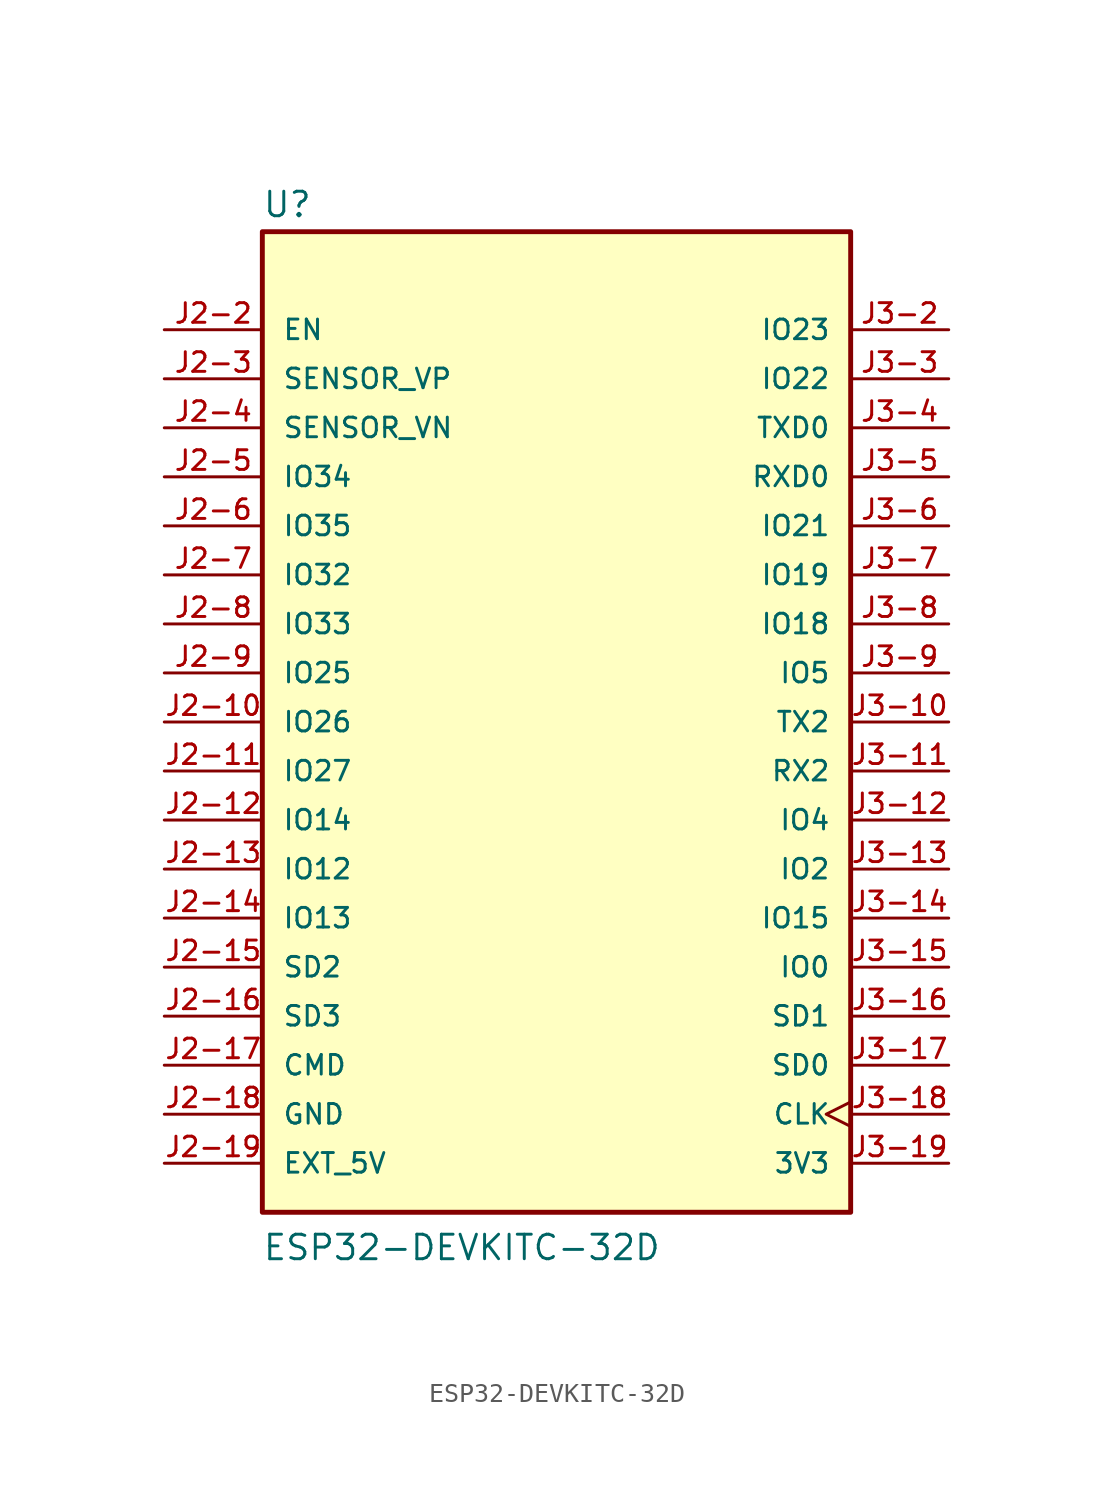
<source format=kicad_sym>
(kicad_symbol_lib
  (version 20211014)
  (generator kicad_symbol_editor)
  (symbol "ESP32-DEVKITC-32D"
    (pin_names
      (offset 1.016))
    (property "Reference" "U"
      (at -15.257 26.064 0)
      (effects (font (size 1.27 1.27)) (justify left bottom)))
    (property "Value" "ESP32-DEVKITC-32D"
      (at -15.256 -27.97 0)
      (effects (font (size 1.27 1.27)) (justify left bottom)))
    (symbol "ESP32-DEVKITC-32D_0_0"
      (rectangle (start -15.24 -25.4) (end 15.24 25.4) (stroke (width 0.254) (type default) (color 0 0 0 0)) (fill (type background)))
      (pin bidirectional line (at -20.32 0 0) (length 5.08) (name "IO26" (effects (font (size 1.016 1.016)))) (number "J2-10" (effects (font (size 1.016 1.016)))))
      (pin bidirectional line (at -20.32 -2.54 0) (length 5.08) (name "IO27" (effects (font (size 1.016 1.016)))) (number "J2-11" (effects (font (size 1.016 1.016)))))
      (pin bidirectional line (at -20.32 -5.08 0) (length 5.08) (name "IO14" (effects (font (size 1.016 1.016)))) (number "J2-12" (effects (font (size 1.016 1.016)))))
      (pin bidirectional line (at -20.32 -7.62 0) (length 5.08) (name "IO12" (effects (font (size 1.016 1.016)))) (number "J2-13" (effects (font (size 1.016 1.016)))))
      (pin bidirectional line (at -20.32 -10.16 0) (length 5.08) (name "IO13" (effects (font (size 1.016 1.016)))) (number "J2-14" (effects (font (size 1.016 1.016)))))
      (pin bidirectional line (at -20.32 -12.7 0) (length 5.08) (name "SD2" (effects (font (size 1.016 1.016)))) (number "J2-15" (effects (font (size 1.016 1.016)))))
      (pin bidirectional line (at -20.32 -15.24 0) (length 5.08) (name "SD3" (effects (font (size 1.016 1.016)))) (number "J2-16" (effects (font (size 1.016 1.016)))))
      (pin bidirectional line (at -20.32 -17.78 0) (length 5.08) (name "CMD" (effects (font (size 1.016 1.016)))) (number "J2-17" (effects (font (size 1.016 1.016)))))
      (pin power_in line (at -20.32 -20.32 0) (length 5.08) (name "GND" (effects (font (size 1.016 1.016)))) (number "J2-18" (effects (font (size 1.016 1.016)))))
      (pin power_in line (at -20.32 -22.86 0) (length 5.08) (name "EXT_5V" (effects (font (size 1.016 1.016)))) (number "J2-19" (effects (font (size 1.016 1.016)))))
      (pin input line (at -20.32 20.32 0) (length 5.08) (name "EN" (effects (font (size 1.016 1.016)))) (number "J2-2" (effects (font (size 1.016 1.016)))))
      (pin input line (at -20.32 17.78 0) (length 5.08) (name "SENSOR_VP" (effects (font (size 1.016 1.016)))) (number "J2-3" (effects (font (size 1.016 1.016)))))
      (pin input line (at -20.32 15.24 0) (length 5.08) (name "SENSOR_VN" (effects (font (size 1.016 1.016)))) (number "J2-4" (effects (font (size 1.016 1.016)))))
      (pin bidirectional line (at -20.32 12.7 0) (length 5.08) (name "IO34" (effects (font (size 1.016 1.016)))) (number "J2-5" (effects (font (size 1.016 1.016)))))
      (pin bidirectional line (at -20.32 10.16 0) (length 5.08) (name "IO35" (effects (font (size 1.016 1.016)))) (number "J2-6" (effects (font (size 1.016 1.016)))))
      (pin bidirectional line (at -20.32 7.62 0) (length 5.08) (name "IO32" (effects (font (size 1.016 1.016)))) (number "J2-7" (effects (font (size 1.016 1.016)))))
      (pin bidirectional line (at -20.32 5.08 0) (length 5.08) (name "IO33" (effects (font (size 1.016 1.016)))) (number "J2-8" (effects (font (size 1.016 1.016)))))
      (pin bidirectional line (at -20.32 2.54 0) (length 5.08) (name "IO25" (effects (font (size 1.016 1.016)))) (number "J2-9" (effects (font (size 1.016 1.016)))))
      (pin bidirectional line (at 20.32 0 180) (length 5.08) (name "TX2" (effects (font (size 1.016 1.016)))) (number "J3-10" (effects (font (size 1.016 1.016)))))
      (pin bidirectional line (at 20.32 -2.54 180) (length 5.08) (name "RX2" (effects (font (size 1.016 1.016)))) (number "J3-11" (effects (font (size 1.016 1.016)))))
      (pin bidirectional line (at 20.32 -5.08 180) (length 5.08) (name "IO4" (effects (font (size 1.016 1.016)))) (number "J3-12" (effects (font (size 1.016 1.016)))))
      (pin bidirectional line (at 20.32 -7.62 180) (length 5.08) (name "IO2" (effects (font (size 1.016 1.016)))) (number "J3-13" (effects (font (size 1.016 1.016)))))
      (pin bidirectional line (at 20.32 -10.16 180) (length 5.08) (name "IO15" (effects (font (size 1.016 1.016)))) (number "J3-14" (effects (font (size 1.016 1.016)))))
      (pin bidirectional line (at 20.32 -12.7 180) (length 5.08) (name "IO0" (effects (font (size 1.016 1.016)))) (number "J3-15" (effects (font (size 1.016 1.016)))))
      (pin bidirectional line (at 20.32 -15.24 180) (length 5.08) (name "SD1" (effects (font (size 1.016 1.016)))) (number "J3-16" (effects (font (size 1.016 1.016)))))
      (pin bidirectional line (at 20.32 -17.78 180) (length 5.08) (name "SD0" (effects (font (size 1.016 1.016)))) (number "J3-17" (effects (font (size 1.016 1.016)))))
      (pin input clock (at 20.32 -20.32 180) (length 5.08) (name "CLK" (effects (font (size 1.016 1.016)))) (number "J3-18" (effects (font (size 1.016 1.016)))))
      (pin power_in line (at 20.32 -22.86 180) (length 5.08) (name "3V3" (effects (font (size 1.016 1.016)))) (number "J3-19" (effects (font (size 1.016 1.016)))))
      (pin bidirectional line (at 20.32 20.32 180) (length 5.08) (name "IO23" (effects (font (size 1.016 1.016)))) (number "J3-2" (effects (font (size 1.016 1.016)))))
      (pin bidirectional line (at 20.32 17.78 180) (length 5.08) (name "IO22" (effects (font (size 1.016 1.016)))) (number "J3-3" (effects (font (size 1.016 1.016)))))
      (pin output line (at 20.32 15.24 180) (length 5.08) (name "TXD0" (effects (font (size 1.016 1.016)))) (number "J3-4" (effects (font (size 1.016 1.016)))))
      (pin input line (at 20.32 12.7 180) (length 5.08) (name "RXD0" (effects (font (size 1.016 1.016)))) (number "J3-5" (effects (font (size 1.016 1.016)))))
      (pin bidirectional line (at 20.32 10.16 180) (length 5.08) (name "IO21" (effects (font (size 1.016 1.016)))) (number "J3-6" (effects (font (size 1.016 1.016)))))
      (pin bidirectional line (at 20.32 7.62 180) (length 5.08) (name "IO19" (effects (font (size 1.016 1.016)))) (number "J3-7" (effects (font (size 1.016 1.016)))))
      (pin bidirectional line (at 20.32 5.08 180) (length 5.08) (name "IO18" (effects (font (size 1.016 1.016)))) (number "J3-8" (effects (font (size 1.016 1.016)))))
      (pin bidirectional line (at 20.32 2.54 180) (length 5.08) (name "IO5" (effects (font (size 1.016 1.016)))) (number "J3-9" (effects (font (size 1.016 1.016))))))))
</source>
